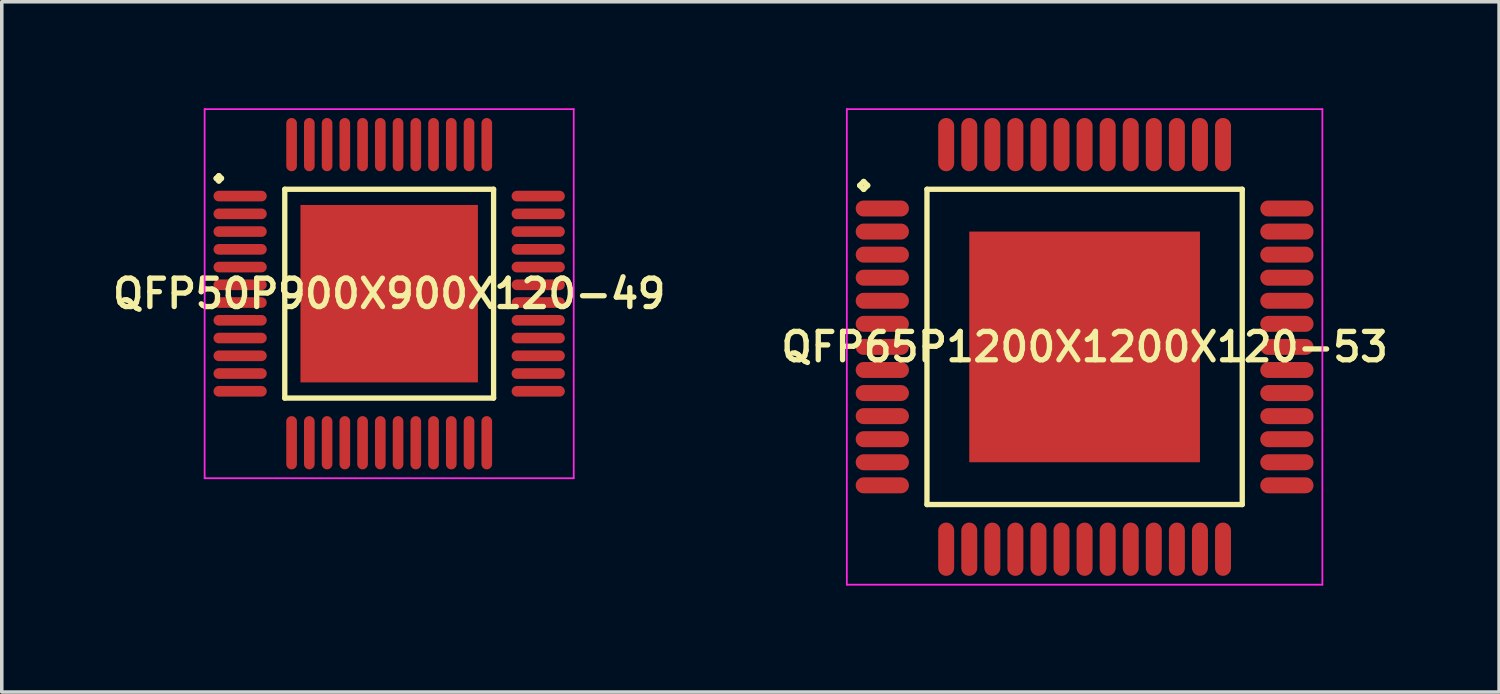
<source format=kicad_pcb>
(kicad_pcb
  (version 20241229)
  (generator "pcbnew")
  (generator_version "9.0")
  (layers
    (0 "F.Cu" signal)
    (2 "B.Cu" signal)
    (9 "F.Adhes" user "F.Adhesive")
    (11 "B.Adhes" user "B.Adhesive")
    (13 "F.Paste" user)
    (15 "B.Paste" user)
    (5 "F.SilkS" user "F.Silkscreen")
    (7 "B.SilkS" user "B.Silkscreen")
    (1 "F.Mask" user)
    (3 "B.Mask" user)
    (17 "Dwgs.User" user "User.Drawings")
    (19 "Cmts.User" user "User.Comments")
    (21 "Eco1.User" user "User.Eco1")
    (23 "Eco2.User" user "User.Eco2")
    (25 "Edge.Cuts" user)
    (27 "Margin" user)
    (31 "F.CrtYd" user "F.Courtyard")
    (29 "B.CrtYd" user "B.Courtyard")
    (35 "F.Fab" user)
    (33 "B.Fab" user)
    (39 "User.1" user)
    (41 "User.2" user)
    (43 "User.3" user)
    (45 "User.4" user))
  (footprint "QFP65P1200X1200X120-53"
    (layer "F.Cu")
    (at 27.511 6.725)
    (property "Reference" "QFP65P1200X1200X120-53" (at 0 0 0) (layer "F.SilkS") (effects (font (size 0.8 0.8) (thickness 0.15))))
    (attr smd)
    (fp_line (start -6.338 -4.55) (end -6.225 -4.662) (stroke (width 0.15) (type solid)) (layer "F.SilkS"))
    (fp_line (start -6.225 -4.662) (end -6.112 -4.55) (stroke (width 0.15) (type solid)) (layer "F.SilkS"))
    (fp_line (start -6.225 -4.438) (end -6.338 -4.55) (stroke (width 0.15) (type solid)) (layer "F.SilkS"))
    (fp_line (start -6.112 -4.55) (end -6.225 -4.438) (stroke (width 0.15) (type solid)) (layer "F.SilkS"))
    (fp_line (start -4.442 -4.442) (end -4.442 4.442) (stroke (width 0.15) (type solid)) (layer "F.SilkS"))
    (fp_line (start -4.442 4.442) (end 4.442 4.442) (stroke (width 0.15) (type solid)) (layer "F.SilkS"))
    (fp_line (start 4.442 -4.442) (end -4.442 -4.442) (stroke (width 0.15) (type solid)) (layer "F.SilkS"))
    (fp_line (start 4.442 4.442) (end 4.442 -4.442) (stroke (width 0.15) (type solid)) (layer "F.SilkS"))
    (fp_line (start -6.7 -6.7) (end 6.7 -6.7) (stroke (width 0.05) (type solid)) (layer "F.CrtYd"))
    (fp_line (start -6.7 6.7) (end -6.7 -6.7) (stroke (width 0.05) (type solid)) (layer "F.CrtYd"))
    (fp_line (start 6.7 -6.7) (end 6.7 6.7) (stroke (width 0.05) (type solid)) (layer "F.CrtYd"))
    (fp_line (start 6.7 6.7) (end -6.7 6.7) (stroke (width 0.05) (type solid)) (layer "F.CrtYd"))
    (pad "1" smd oval (at -5.7 -3.9) (size 1.5 0.45) (layers "F.Cu" "F.Mask" "F.Paste"))
    (pad "2" smd oval (at -5.7 -3.25) (size 1.5 0.45) (layers "F.Cu" "F.Mask" "F.Paste"))
    (pad "3" smd oval (at -5.7 -2.6) (size 1.5 0.45) (layers "F.Cu" "F.Mask" "F.Paste"))
    (pad "4" smd oval (at -5.7 -1.95) (size 1.5 0.45) (layers "F.Cu" "F.Mask" "F.Paste"))
    (pad "5" smd oval (at -5.7 -1.3) (size 1.5 0.45) (layers "F.Cu" "F.Mask" "F.Paste"))
    (pad "6" smd oval (at -5.7 -0.65) (size 1.5 0.45) (layers "F.Cu" "F.Mask" "F.Paste"))
    (pad "7" smd oval (at -5.7 0) (size 1.5 0.45) (layers "F.Cu" "F.Mask" "F.Paste"))
    (pad "8" smd oval (at -5.7 0.65) (size 1.5 0.45) (layers "F.Cu" "F.Mask" "F.Paste"))
    (pad "9" smd oval (at -5.7 1.3) (size 1.5 0.45) (layers "F.Cu" "F.Mask" "F.Paste"))
    (pad "10" smd oval (at -5.7 1.95) (size 1.5 0.45) (layers "F.Cu" "F.Mask" "F.Paste"))
    (pad "11" smd oval (at -5.7 2.6) (size 1.5 0.45) (layers "F.Cu" "F.Mask" "F.Paste"))
    (pad "12" smd oval (at -5.7 3.25) (size 1.5 0.45) (layers "F.Cu" "F.Mask" "F.Paste"))
    (pad "13" smd oval (at -5.7 3.9) (size 1.5 0.45) (layers "F.Cu" "F.Mask" "F.Paste"))
    (pad "14" smd oval (at -3.9 5.7) (size 0.45 1.5) (layers "F.Cu" "F.Mask" "F.Paste"))
    (pad "15" smd oval (at -3.25 5.7) (size 0.45 1.5) (layers "F.Cu" "F.Mask" "F.Paste"))
    (pad "16" smd oval (at -2.6 5.7) (size 0.45 1.5) (layers "F.Cu" "F.Mask" "F.Paste"))
    (pad "17" smd oval (at -1.95 5.7) (size 0.45 1.5) (layers "F.Cu" "F.Mask" "F.Paste"))
    (pad "18" smd oval (at -1.3 5.7) (size 0.45 1.5) (layers "F.Cu" "F.Mask" "F.Paste"))
    (pad "19" smd oval (at -0.65 5.7) (size 0.45 1.5) (layers "F.Cu" "F.Mask" "F.Paste"))
    (pad "20" smd oval (at 0 5.7) (size 0.45 1.5) (layers "F.Cu" "F.Mask" "F.Paste"))
    (pad "21" smd oval (at 0.65 5.7) (size 0.45 1.5) (layers "F.Cu" "F.Mask" "F.Paste"))
    (pad "22" smd oval (at 1.3 5.7) (size 0.45 1.5) (layers "F.Cu" "F.Mask" "F.Paste"))
    (pad "23" smd oval (at 1.95 5.7) (size 0.45 1.5) (layers "F.Cu" "F.Mask" "F.Paste"))
    (pad "24" smd oval (at 2.6 5.7) (size 0.45 1.5) (layers "F.Cu" "F.Mask" "F.Paste"))
    (pad "25" smd oval (at 3.25 5.7) (size 0.45 1.5) (layers "F.Cu" "F.Mask" "F.Paste"))
    (pad "26" smd oval (at 3.9 5.7) (size 0.45 1.5) (layers "F.Cu" "F.Mask" "F.Paste"))
    (pad "27" smd oval (at 5.7 3.9) (size 1.5 0.45) (layers "F.Cu" "F.Mask" "F.Paste"))
    (pad "28" smd oval (at 5.7 3.25) (size 1.5 0.45) (layers "F.Cu" "F.Mask" "F.Paste"))
    (pad "29" smd oval (at 5.7 2.6) (size 1.5 0.45) (layers "F.Cu" "F.Mask" "F.Paste"))
    (pad "30" smd oval (at 5.7 1.95) (size 1.5 0.45) (layers "F.Cu" "F.Mask" "F.Paste"))
    (pad "31" smd oval (at 5.7 1.3) (size 1.5 0.45) (layers "F.Cu" "F.Mask" "F.Paste"))
    (pad "32" smd oval (at 5.7 0.65) (size 1.5 0.45) (layers "F.Cu" "F.Mask" "F.Paste"))
    (pad "33" smd oval (at 5.7 0) (size 1.5 0.45) (layers "F.Cu" "F.Mask" "F.Paste"))
    (pad "34" smd oval (at 5.7 -0.65) (size 1.5 0.45) (layers "F.Cu" "F.Mask" "F.Paste"))
    (pad "35" smd oval (at 5.7 -1.3) (size 1.5 0.45) (layers "F.Cu" "F.Mask" "F.Paste"))
    (pad "36" smd oval (at 5.7 -1.95) (size 1.5 0.45) (layers "F.Cu" "F.Mask" "F.Paste"))
    (pad "37" smd oval (at 5.7 -2.6) (size 1.5 0.45) (layers "F.Cu" "F.Mask" "F.Paste"))
    (pad "38" smd oval (at 5.7 -3.25) (size 1.5 0.45) (layers "F.Cu" "F.Mask" "F.Paste"))
    (pad "39" smd oval (at 5.7 -3.9) (size 1.5 0.45) (layers "F.Cu" "F.Mask" "F.Paste"))
    (pad "40" smd oval (at 3.9 -5.7) (size 0.45 1.5) (layers "F.Cu" "F.Mask" "F.Paste"))
    (pad "41" smd oval (at 3.25 -5.7) (size 0.45 1.5) (layers "F.Cu" "F.Mask" "F.Paste"))
    (pad "42" smd oval (at 2.6 -5.7) (size 0.45 1.5) (layers "F.Cu" "F.Mask" "F.Paste"))
    (pad "43" smd oval (at 1.95 -5.7) (size 0.45 1.5) (layers "F.Cu" "F.Mask" "F.Paste"))
    (pad "44" smd oval (at 1.3 -5.7) (size 0.45 1.5) (layers "F.Cu" "F.Mask" "F.Paste"))
    (pad "45" smd oval (at 0.65 -5.7) (size 0.45 1.5) (layers "F.Cu" "F.Mask" "F.Paste"))
    (pad "46" smd oval (at 0 -5.7) (size 0.45 1.5) (layers "F.Cu" "F.Mask" "F.Paste"))
    (pad "47" smd oval (at -0.65 -5.7) (size 0.45 1.5) (layers "F.Cu" "F.Mask" "F.Paste"))
    (pad "48" smd oval (at -1.3 -5.7) (size 0.45 1.5) (layers "F.Cu" "F.Mask" "F.Paste"))
    (pad "49" smd oval (at -1.95 -5.7) (size 0.45 1.5) (layers "F.Cu" "F.Mask" "F.Paste"))
    (pad "50" smd oval (at -2.6 -5.7) (size 0.45 1.5) (layers "F.Cu" "F.Mask" "F.Paste"))
    (pad "51" smd oval (at -3.25 -5.7) (size 0.45 1.5) (layers "F.Cu" "F.Mask" "F.Paste"))
    (pad "52" smd oval (at -3.9 -5.7) (size 0.45 1.5) (layers "F.Cu" "F.Mask" "F.Paste"))
    (pad "53" smd rect (at 0 0) (size 6.5 6.5) (layers "F.Cu" "F.Mask" "F.Paste")))
  (footprint "QFP50P900X900X120-49"
    (layer "F.Cu")
    (at 7.916 5.225)
    (property "Reference" "QFP50P900X900X120-49" (at 0 0 0) (layer "F.SilkS") (effects (font (size 0.8 0.8) (thickness 0.15))))
    (attr smd)
    (fp_line (start -4.875 -3.25) (end -4.8 -3.325) (stroke (width 0.15) (type solid)) (layer "F.SilkS"))
    (fp_line (start -4.8 -3.325) (end -4.725 -3.25) (stroke (width 0.15) (type solid)) (layer "F.SilkS"))
    (fp_line (start -4.8 -3.175) (end -4.875 -3.25) (stroke (width 0.15) (type solid)) (layer "F.SilkS"))
    (fp_line (start -4.725 -3.25) (end -4.8 -3.175) (stroke (width 0.15) (type solid)) (layer "F.SilkS"))
    (fp_line (start -2.942 -2.942) (end -2.942 2.942) (stroke (width 0.15) (type solid)) (layer "F.SilkS"))
    (fp_line (start -2.942 2.942) (end 2.942 2.942) (stroke (width 0.15) (type solid)) (layer "F.SilkS"))
    (fp_line (start 2.942 -2.942) (end -2.942 -2.942) (stroke (width 0.15) (type solid)) (layer "F.SilkS"))
    (fp_line (start 2.942 2.942) (end 2.942 -2.942) (stroke (width 0.15) (type solid)) (layer "F.SilkS"))
    (fp_line (start -5.2 -5.2) (end 5.2 -5.2) (stroke (width 0.05) (type solid)) (layer "F.CrtYd"))
    (fp_line (start -5.2 5.2) (end -5.2 -5.2) (stroke (width 0.05) (type solid)) (layer "F.CrtYd"))
    (fp_line (start 5.2 -5.2) (end 5.2 5.2) (stroke (width 0.05) (type solid)) (layer "F.CrtYd"))
    (fp_line (start 5.2 5.2) (end -5.2 5.2) (stroke (width 0.05) (type solid)) (layer "F.CrtYd"))
    (pad "1" smd oval (at -4.2 -2.75) (size 1.5 0.3) (layers "F.Cu" "F.Mask" "F.Paste"))
    (pad "2" smd oval (at -4.2 -2.25) (size 1.5 0.3) (layers "F.Cu" "F.Mask" "F.Paste"))
    (pad "3" smd oval (at -4.2 -1.75) (size 1.5 0.3) (layers "F.Cu" "F.Mask" "F.Paste"))
    (pad "4" smd oval (at -4.2 -1.25) (size 1.5 0.3) (layers "F.Cu" "F.Mask" "F.Paste"))
    (pad "5" smd oval (at -4.2 -0.75) (size 1.5 0.3) (layers "F.Cu" "F.Mask" "F.Paste"))
    (pad "6" smd oval (at -4.2 -0.25) (size 1.5 0.3) (layers "F.Cu" "F.Mask" "F.Paste"))
    (pad "7" smd oval (at -4.2 0.25) (size 1.5 0.3) (layers "F.Cu" "F.Mask" "F.Paste"))
    (pad "8" smd oval (at -4.2 0.75) (size 1.5 0.3) (layers "F.Cu" "F.Mask" "F.Paste"))
    (pad "9" smd oval (at -4.2 1.25) (size 1.5 0.3) (layers "F.Cu" "F.Mask" "F.Paste"))
    (pad "10" smd oval (at -4.2 1.75) (size 1.5 0.3) (layers "F.Cu" "F.Mask" "F.Paste"))
    (pad "11" smd oval (at -4.2 2.25) (size 1.5 0.3) (layers "F.Cu" "F.Mask" "F.Paste"))
    (pad "12" smd oval (at -4.2 2.75) (size 1.5 0.3) (layers "F.Cu" "F.Mask" "F.Paste"))
    (pad "13" smd oval (at -2.75 4.2) (size 0.3 1.5) (layers "F.Cu" "F.Mask" "F.Paste"))
    (pad "14" smd oval (at -2.25 4.2) (size 0.3 1.5) (layers "F.Cu" "F.Mask" "F.Paste"))
    (pad "15" smd oval (at -1.75 4.2) (size 0.3 1.5) (layers "F.Cu" "F.Mask" "F.Paste"))
    (pad "16" smd oval (at -1.25 4.2) (size 0.3 1.5) (layers "F.Cu" "F.Mask" "F.Paste"))
    (pad "17" smd oval (at -0.75 4.2) (size 0.3 1.5) (layers "F.Cu" "F.Mask" "F.Paste"))
    (pad "18" smd oval (at -0.25 4.2) (size 0.3 1.5) (layers "F.Cu" "F.Mask" "F.Paste"))
    (pad "19" smd oval (at 0.25 4.2) (size 0.3 1.5) (layers "F.Cu" "F.Mask" "F.Paste"))
    (pad "20" smd oval (at 0.75 4.2) (size 0.3 1.5) (layers "F.Cu" "F.Mask" "F.Paste"))
    (pad "21" smd oval (at 1.25 4.2) (size 0.3 1.5) (layers "F.Cu" "F.Mask" "F.Paste"))
    (pad "22" smd oval (at 1.75 4.2) (size 0.3 1.5) (layers "F.Cu" "F.Mask" "F.Paste"))
    (pad "23" smd oval (at 2.25 4.2) (size 0.3 1.5) (layers "F.Cu" "F.Mask" "F.Paste"))
    (pad "24" smd oval (at 2.75 4.2) (size 0.3 1.5) (layers "F.Cu" "F.Mask" "F.Paste"))
    (pad "25" smd oval (at 4.2 2.75) (size 1.5 0.3) (layers "F.Cu" "F.Mask" "F.Paste"))
    (pad "26" smd oval (at 4.2 2.25) (size 1.5 0.3) (layers "F.Cu" "F.Mask" "F.Paste"))
    (pad "27" smd oval (at 4.2 1.75) (size 1.5 0.3) (layers "F.Cu" "F.Mask" "F.Paste"))
    (pad "28" smd oval (at 4.2 1.25) (size 1.5 0.3) (layers "F.Cu" "F.Mask" "F.Paste"))
    (pad "29" smd oval (at 4.2 0.75) (size 1.5 0.3) (layers "F.Cu" "F.Mask" "F.Paste"))
    (pad "30" smd oval (at 4.2 0.25) (size 1.5 0.3) (layers "F.Cu" "F.Mask" "F.Paste"))
    (pad "31" smd oval (at 4.2 -0.25) (size 1.5 0.3) (layers "F.Cu" "F.Mask" "F.Paste"))
    (pad "32" smd oval (at 4.2 -0.75) (size 1.5 0.3) (layers "F.Cu" "F.Mask" "F.Paste"))
    (pad "33" smd oval (at 4.2 -1.25) (size 1.5 0.3) (layers "F.Cu" "F.Mask" "F.Paste"))
    (pad "34" smd oval (at 4.2 -1.75) (size 1.5 0.3) (layers "F.Cu" "F.Mask" "F.Paste"))
    (pad "35" smd oval (at 4.2 -2.25) (size 1.5 0.3) (layers "F.Cu" "F.Mask" "F.Paste"))
    (pad "36" smd oval (at 4.2 -2.75) (size 1.5 0.3) (layers "F.Cu" "F.Mask" "F.Paste"))
    (pad "37" smd oval (at 2.75 -4.2) (size 0.3 1.5) (layers "F.Cu" "F.Mask" "F.Paste"))
    (pad "38" smd oval (at 2.25 -4.2) (size 0.3 1.5) (layers "F.Cu" "F.Mask" "F.Paste"))
    (pad "39" smd oval (at 1.75 -4.2) (size 0.3 1.5) (layers "F.Cu" "F.Mask" "F.Paste"))
    (pad "40" smd oval (at 1.25 -4.2) (size 0.3 1.5) (layers "F.Cu" "F.Mask" "F.Paste"))
    (pad "41" smd oval (at 0.75 -4.2) (size 0.3 1.5) (layers "F.Cu" "F.Mask" "F.Paste"))
    (pad "42" smd oval (at 0.25 -4.2) (size 0.3 1.5) (layers "F.Cu" "F.Mask" "F.Paste"))
    (pad "43" smd oval (at -0.25 -4.2) (size 0.3 1.5) (layers "F.Cu" "F.Mask" "F.Paste"))
    (pad "44" smd oval (at -0.75 -4.2) (size 0.3 1.5) (layers "F.Cu" "F.Mask" "F.Paste"))
    (pad "45" smd oval (at -1.25 -4.2) (size 0.3 1.5) (layers "F.Cu" "F.Mask" "F.Paste"))
    (pad "46" smd oval (at -1.75 -4.2) (size 0.3 1.5) (layers "F.Cu" "F.Mask" "F.Paste"))
    (pad "47" smd oval (at -2.25 -4.2) (size 0.3 1.5) (layers "F.Cu" "F.Mask" "F.Paste"))
    (pad "48" smd oval (at -2.75 -4.2) (size 0.3 1.5) (layers "F.Cu" "F.Mask" "F.Paste"))
    (pad "49" smd rect (at 0 0) (size 5 5) (layers "F.Cu" "F.Mask" "F.Paste")))
  (gr_rect
    (start -3 -3)
    (end 39.19 16.45)
    (stroke (width 0.1) (type default))
    (fill no)
    (layer "Edge.Cuts")))
</source>
